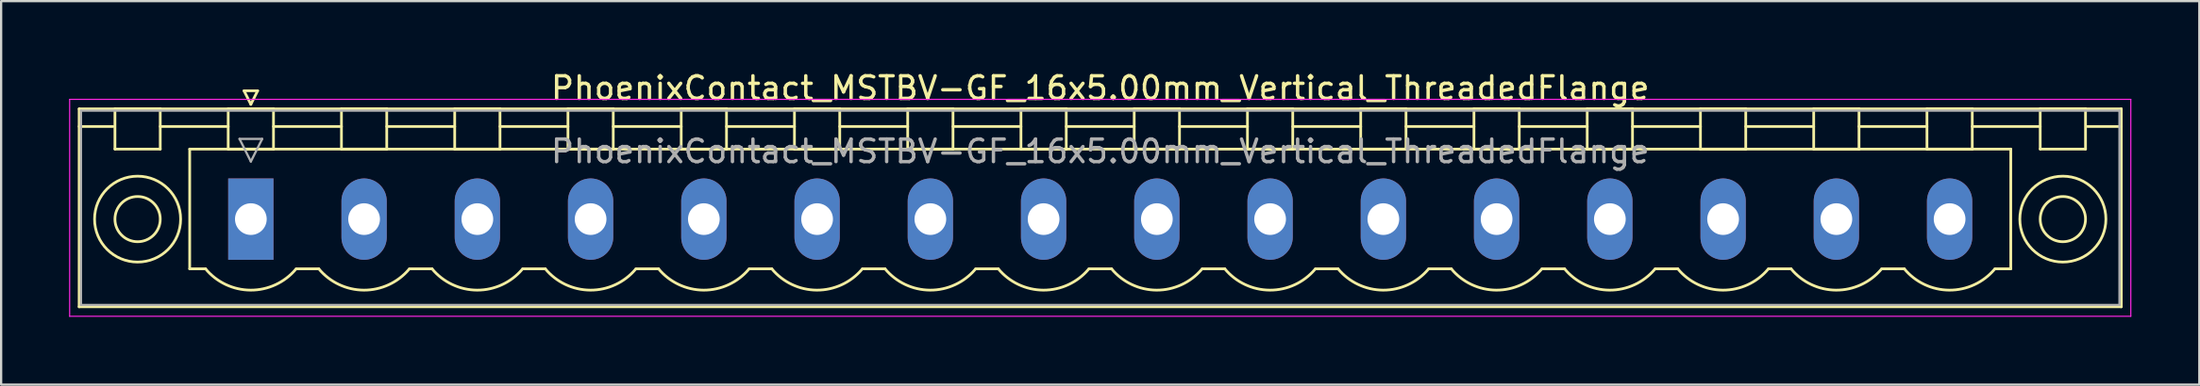
<source format=kicad_pcb>
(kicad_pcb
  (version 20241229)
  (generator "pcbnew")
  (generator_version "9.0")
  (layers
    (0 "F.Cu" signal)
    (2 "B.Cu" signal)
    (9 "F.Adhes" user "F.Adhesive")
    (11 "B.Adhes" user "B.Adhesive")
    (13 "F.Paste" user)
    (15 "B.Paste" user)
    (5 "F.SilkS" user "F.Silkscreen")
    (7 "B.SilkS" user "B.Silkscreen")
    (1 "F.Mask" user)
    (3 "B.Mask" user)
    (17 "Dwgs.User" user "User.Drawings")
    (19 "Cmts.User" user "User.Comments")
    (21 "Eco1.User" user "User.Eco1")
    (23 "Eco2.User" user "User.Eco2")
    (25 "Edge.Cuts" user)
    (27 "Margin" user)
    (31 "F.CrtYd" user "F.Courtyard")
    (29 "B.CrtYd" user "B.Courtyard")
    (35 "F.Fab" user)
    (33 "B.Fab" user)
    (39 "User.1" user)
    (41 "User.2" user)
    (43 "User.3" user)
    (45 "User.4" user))
  (footprint "PhoenixContact_MSTBV-GF_16x5.00mm_Vertical_ThreadedFlange"
    (layer "F.Cu")
    (at 8.025 6.648)
    (property "Reference" "PhoenixContact_MSTBV-GF_16x5.00mm_Vertical_ThreadedFlange" (at 37.5 -5.8 0) (layer "F.SilkS") (effects (font (size 1 1) (thickness 0.15))))
    (attr through_hole)
    (fp_line (start -7.58 -4.88) (end -7.58 3.88) (stroke (width 0.12) (type solid)) (layer "F.SilkS"))
    (fp_line (start -7.58 -4.1) (end -6.08 -4.1) (stroke (width 0.12) (type solid)) (layer "F.SilkS"))
    (fp_line (start -7.58 3.88) (end 82.58 3.88) (stroke (width 0.12) (type solid)) (layer "F.SilkS"))
    (fp_line (start -6 -4.88) (end -4 -4.88) (stroke (width 0.12) (type solid)) (layer "F.SilkS"))
    (fp_line (start -6 -3.1) (end -6 -4.88) (stroke (width 0.12) (type solid)) (layer "F.SilkS"))
    (fp_line (start -4 -4.88) (end -4 -3.1) (stroke (width 0.12) (type solid)) (layer "F.SilkS"))
    (fp_line (start -4 -4.1) (end -1 -4.1) (stroke (width 0.12) (type solid)) (layer "F.SilkS"))
    (fp_line (start -4 -3.1) (end -6 -3.1) (stroke (width 0.12) (type solid)) (layer "F.SilkS"))
    (fp_line (start -2.7 -3.1) (end 77.7 -3.1) (stroke (width 0.12) (type solid)) (layer "F.SilkS"))
    (fp_line (start -2.7 2.2) (end -2.7 -3.1) (stroke (width 0.12) (type solid)) (layer "F.SilkS"))
    (fp_line (start -2 2.2) (end -2.7 2.2) (stroke (width 0.12) (type solid)) (layer "F.SilkS"))
    (fp_line (start -1 -4.88) (end 1 -4.88) (stroke (width 0.12) (type solid)) (layer "F.SilkS"))
    (fp_line (start -1 -3.1) (end -1 -4.88) (stroke (width 0.12) (type solid)) (layer "F.SilkS"))
    (fp_line (start -0.3 -5.68) (end 0.3 -5.68) (stroke (width 0.12) (type solid)) (layer "F.SilkS"))
    (fp_line (start 0 -5.08) (end -0.3 -5.68) (stroke (width 0.12) (type solid)) (layer "F.SilkS"))
    (fp_line (start 0.3 -5.68) (end 0 -5.08) (stroke (width 0.12) (type solid)) (layer "F.SilkS"))
    (fp_line (start 1 -4.88) (end 1 -3.1) (stroke (width 0.12) (type solid)) (layer "F.SilkS"))
    (fp_line (start 1 -4.1) (end 4 -4.1) (stroke (width 0.12) (type solid)) (layer "F.SilkS"))
    (fp_line (start 1 -3.1) (end -1 -3.1) (stroke (width 0.12) (type solid)) (layer "F.SilkS"))
    (fp_line (start 2 2.2) (end 3 2.2) (stroke (width 0.12) (type solid)) (layer "F.SilkS"))
    (fp_line (start 4 -4.88) (end 6 -4.88) (stroke (width 0.12) (type solid)) (layer "F.SilkS"))
    (fp_line (start 4 -3.1) (end 4 -4.88) (stroke (width 0.12) (type solid)) (layer "F.SilkS"))
    (fp_line (start 6 -4.88) (end 6 -3.1) (stroke (width 0.12) (type solid)) (layer "F.SilkS"))
    (fp_line (start 6 -4.1) (end 9 -4.1) (stroke (width 0.12) (type solid)) (layer "F.SilkS"))
    (fp_line (start 6 -3.1) (end 4 -3.1) (stroke (width 0.12) (type solid)) (layer "F.SilkS"))
    (fp_line (start 7 2.2) (end 8 2.2) (stroke (width 0.12) (type solid)) (layer "F.SilkS"))
    (fp_line (start 9 -4.88) (end 11 -4.88) (stroke (width 0.12) (type solid)) (layer "F.SilkS"))
    (fp_line (start 9 -3.1) (end 9 -4.88) (stroke (width 0.12) (type solid)) (layer "F.SilkS"))
    (fp_line (start 11 -4.88) (end 11 -3.1) (stroke (width 0.12) (type solid)) (layer "F.SilkS"))
    (fp_line (start 11 -4.1) (end 14 -4.1) (stroke (width 0.12) (type solid)) (layer "F.SilkS"))
    (fp_line (start 11 -3.1) (end 9 -3.1) (stroke (width 0.12) (type solid)) (layer "F.SilkS"))
    (fp_line (start 12 2.2) (end 13 2.2) (stroke (width 0.12) (type solid)) (layer "F.SilkS"))
    (fp_line (start 14 -4.88) (end 16 -4.88) (stroke (width 0.12) (type solid)) (layer "F.SilkS"))
    (fp_line (start 14 -3.1) (end 14 -4.88) (stroke (width 0.12) (type solid)) (layer "F.SilkS"))
    (fp_line (start 16 -4.88) (end 16 -3.1) (stroke (width 0.12) (type solid)) (layer "F.SilkS"))
    (fp_line (start 16 -4.1) (end 19 -4.1) (stroke (width 0.12) (type solid)) (layer "F.SilkS"))
    (fp_line (start 16 -3.1) (end 14 -3.1) (stroke (width 0.12) (type solid)) (layer "F.SilkS"))
    (fp_line (start 17 2.2) (end 18 2.2) (stroke (width 0.12) (type solid)) (layer "F.SilkS"))
    (fp_line (start 19 -4.88) (end 21 -4.88) (stroke (width 0.12) (type solid)) (layer "F.SilkS"))
    (fp_line (start 19 -3.1) (end 19 -4.88) (stroke (width 0.12) (type solid)) (layer "F.SilkS"))
    (fp_line (start 21 -4.88) (end 21 -3.1) (stroke (width 0.12) (type solid)) (layer "F.SilkS"))
    (fp_line (start 21 -4.1) (end 24 -4.1) (stroke (width 0.12) (type solid)) (layer "F.SilkS"))
    (fp_line (start 21 -3.1) (end 19 -3.1) (stroke (width 0.12) (type solid)) (layer "F.SilkS"))
    (fp_line (start 22 2.2) (end 23 2.2) (stroke (width 0.12) (type solid)) (layer "F.SilkS"))
    (fp_line (start 24 -4.88) (end 26 -4.88) (stroke (width 0.12) (type solid)) (layer "F.SilkS"))
    (fp_line (start 24 -3.1) (end 24 -4.88) (stroke (width 0.12) (type solid)) (layer "F.SilkS"))
    (fp_line (start 26 -4.88) (end 26 -3.1) (stroke (width 0.12) (type solid)) (layer "F.SilkS"))
    (fp_line (start 26 -4.1) (end 29 -4.1) (stroke (width 0.12) (type solid)) (layer "F.SilkS"))
    (fp_line (start 26 -3.1) (end 24 -3.1) (stroke (width 0.12) (type solid)) (layer "F.SilkS"))
    (fp_line (start 27 2.2) (end 28 2.2) (stroke (width 0.12) (type solid)) (layer "F.SilkS"))
    (fp_line (start 29 -4.88) (end 31 -4.88) (stroke (width 0.12) (type solid)) (layer "F.SilkS"))
    (fp_line (start 29 -3.1) (end 29 -4.88) (stroke (width 0.12) (type solid)) (layer "F.SilkS"))
    (fp_line (start 31 -4.88) (end 31 -3.1) (stroke (width 0.12) (type solid)) (layer "F.SilkS"))
    (fp_line (start 31 -4.1) (end 34 -4.1) (stroke (width 0.12) (type solid)) (layer "F.SilkS"))
    (fp_line (start 31 -3.1) (end 29 -3.1) (stroke (width 0.12) (type solid)) (layer "F.SilkS"))
    (fp_line (start 32 2.2) (end 33 2.2) (stroke (width 0.12) (type solid)) (layer "F.SilkS"))
    (fp_line (start 34 -4.88) (end 36 -4.88) (stroke (width 0.12) (type solid)) (layer "F.SilkS"))
    (fp_line (start 34 -3.1) (end 34 -4.88) (stroke (width 0.12) (type solid)) (layer "F.SilkS"))
    (fp_line (start 36 -4.88) (end 36 -3.1) (stroke (width 0.12) (type solid)) (layer "F.SilkS"))
    (fp_line (start 36 -4.1) (end 39 -4.1) (stroke (width 0.12) (type solid)) (layer "F.SilkS"))
    (fp_line (start 36 -3.1) (end 34 -3.1) (stroke (width 0.12) (type solid)) (layer "F.SilkS"))
    (fp_line (start 37 2.2) (end 38 2.2) (stroke (width 0.12) (type solid)) (layer "F.SilkS"))
    (fp_line (start 39 -4.88) (end 41 -4.88) (stroke (width 0.12) (type solid)) (layer "F.SilkS"))
    (fp_line (start 39 -3.1) (end 39 -4.88) (stroke (width 0.12) (type solid)) (layer "F.SilkS"))
    (fp_line (start 41 -4.88) (end 41 -3.1) (stroke (width 0.12) (type solid)) (layer "F.SilkS"))
    (fp_line (start 41 -4.1) (end 44 -4.1) (stroke (width 0.12) (type solid)) (layer "F.SilkS"))
    (fp_line (start 41 -3.1) (end 39 -3.1) (stroke (width 0.12) (type solid)) (layer "F.SilkS"))
    (fp_line (start 42 2.2) (end 43 2.2) (stroke (width 0.12) (type solid)) (layer "F.SilkS"))
    (fp_line (start 44 -4.88) (end 46 -4.88) (stroke (width 0.12) (type solid)) (layer "F.SilkS"))
    (fp_line (start 44 -3.1) (end 44 -4.88) (stroke (width 0.12) (type solid)) (layer "F.SilkS"))
    (fp_line (start 46 -4.88) (end 46 -3.1) (stroke (width 0.12) (type solid)) (layer "F.SilkS"))
    (fp_line (start 46 -4.1) (end 49 -4.1) (stroke (width 0.12) (type solid)) (layer "F.SilkS"))
    (fp_line (start 46 -3.1) (end 44 -3.1) (stroke (width 0.12) (type solid)) (layer "F.SilkS"))
    (fp_line (start 47 2.2) (end 48 2.2) (stroke (width 0.12) (type solid)) (layer "F.SilkS"))
    (fp_line (start 49 -4.88) (end 51 -4.88) (stroke (width 0.12) (type solid)) (layer "F.SilkS"))
    (fp_line (start 49 -3.1) (end 49 -4.88) (stroke (width 0.12) (type solid)) (layer "F.SilkS"))
    (fp_line (start 51 -4.88) (end 51 -3.1) (stroke (width 0.12) (type solid)) (layer "F.SilkS"))
    (fp_line (start 51 -4.1) (end 54 -4.1) (stroke (width 0.12) (type solid)) (layer "F.SilkS"))
    (fp_line (start 51 -3.1) (end 49 -3.1) (stroke (width 0.12) (type solid)) (layer "F.SilkS"))
    (fp_line (start 52 2.2) (end 53 2.2) (stroke (width 0.12) (type solid)) (layer "F.SilkS"))
    (fp_line (start 54 -4.88) (end 56 -4.88) (stroke (width 0.12) (type solid)) (layer "F.SilkS"))
    (fp_line (start 54 -3.1) (end 54 -4.88) (stroke (width 0.12) (type solid)) (layer "F.SilkS"))
    (fp_line (start 56 -4.88) (end 56 -3.1) (stroke (width 0.12) (type solid)) (layer "F.SilkS"))
    (fp_line (start 56 -4.1) (end 59 -4.1) (stroke (width 0.12) (type solid)) (layer "F.SilkS"))
    (fp_line (start 56 -3.1) (end 54 -3.1) (stroke (width 0.12) (type solid)) (layer "F.SilkS"))
    (fp_line (start 57 2.2) (end 58 2.2) (stroke (width 0.12) (type solid)) (layer "F.SilkS"))
    (fp_line (start 59 -4.88) (end 61 -4.88) (stroke (width 0.12) (type solid)) (layer "F.SilkS"))
    (fp_line (start 59 -3.1) (end 59 -4.88) (stroke (width 0.12) (type solid)) (layer "F.SilkS"))
    (fp_line (start 61 -4.88) (end 61 -3.1) (stroke (width 0.12) (type solid)) (layer "F.SilkS"))
    (fp_line (start 61 -4.1) (end 64 -4.1) (stroke (width 0.12) (type solid)) (layer "F.SilkS"))
    (fp_line (start 61 -3.1) (end 59 -3.1) (stroke (width 0.12) (type solid)) (layer "F.SilkS"))
    (fp_line (start 62 2.2) (end 63 2.2) (stroke (width 0.12) (type solid)) (layer "F.SilkS"))
    (fp_line (start 64 -4.88) (end 66 -4.88) (stroke (width 0.12) (type solid)) (layer "F.SilkS"))
    (fp_line (start 64 -3.1) (end 64 -4.88) (stroke (width 0.12) (type solid)) (layer "F.SilkS"))
    (fp_line (start 66 -4.88) (end 66 -3.1) (stroke (width 0.12) (type solid)) (layer "F.SilkS"))
    (fp_line (start 66 -4.1) (end 69 -4.1) (stroke (width 0.12) (type solid)) (layer "F.SilkS"))
    (fp_line (start 66 -3.1) (end 64 -3.1) (stroke (width 0.12) (type solid)) (layer "F.SilkS"))
    (fp_line (start 67 2.2) (end 68 2.2) (stroke (width 0.12) (type solid)) (layer "F.SilkS"))
    (fp_line (start 69 -4.88) (end 71 -4.88) (stroke (width 0.12) (type solid)) (layer "F.SilkS"))
    (fp_line (start 69 -3.1) (end 69 -4.88) (stroke (width 0.12) (type solid)) (layer "F.SilkS"))
    (fp_line (start 71 -4.88) (end 71 -3.1) (stroke (width 0.12) (type solid)) (layer "F.SilkS"))
    (fp_line (start 71 -4.1) (end 74 -4.1) (stroke (width 0.12) (type solid)) (layer "F.SilkS"))
    (fp_line (start 71 -3.1) (end 69 -3.1) (stroke (width 0.12) (type solid)) (layer "F.SilkS"))
    (fp_line (start 72 2.2) (end 73 2.2) (stroke (width 0.12) (type solid)) (layer "F.SilkS"))
    (fp_line (start 74 -4.88) (end 76 -4.88) (stroke (width 0.12) (type solid)) (layer "F.SilkS"))
    (fp_line (start 74 -3.1) (end 74 -4.88) (stroke (width 0.12) (type solid)) (layer "F.SilkS"))
    (fp_line (start 76 -4.88) (end 76 -3.1) (stroke (width 0.12) (type solid)) (layer "F.SilkS"))
    (fp_line (start 76 -4.1) (end 79 -4.1) (stroke (width 0.12) (type solid)) (layer "F.SilkS"))
    (fp_line (start 76 -3.1) (end 74 -3.1) (stroke (width 0.12) (type solid)) (layer "F.SilkS"))
    (fp_line (start 77.7 -3.1) (end 77.7 2.2) (stroke (width 0.12) (type solid)) (layer "F.SilkS"))
    (fp_line (start 77.7 2.2) (end 77 2.2) (stroke (width 0.12) (type solid)) (layer "F.SilkS"))
    (fp_line (start 79 -4.88) (end 81 -4.88) (stroke (width 0.12) (type solid)) (layer "F.SilkS"))
    (fp_line (start 79 -3.1) (end 79 -4.88) (stroke (width 0.12) (type solid)) (layer "F.SilkS"))
    (fp_line (start 81 -4.88) (end 81 -3.1) (stroke (width 0.12) (type solid)) (layer "F.SilkS"))
    (fp_line (start 81 -3.1) (end 79 -3.1) (stroke (width 0.12) (type solid)) (layer "F.SilkS"))
    (fp_line (start 82.58 -4.88) (end -7.58 -4.88) (stroke (width 0.12) (type solid)) (layer "F.SilkS"))
    (fp_line (start 82.58 -4.1) (end 81.08 -4.1) (stroke (width 0.12) (type solid)) (layer "F.SilkS"))
    (fp_line (start 82.58 3.88) (end 82.58 -4.88) (stroke (width 0.12) (type solid)) (layer "F.SilkS"))
    (fp_arc (start 1.986842 2.215821) (mid -0.010289 3.142758) (end -2 2.2) (stroke (width 0.12) (type solid)) (layer "F.SilkS"))
    (fp_arc (start 6.986842 2.215821) (mid 4.989711 3.142758) (end 3 2.2) (stroke (width 0.12) (type solid)) (layer "F.SilkS"))
    (fp_arc (start 11.986842 2.215821) (mid 9.989711 3.142758) (end 8 2.2) (stroke (width 0.12) (type solid)) (layer "F.SilkS"))
    (fp_arc (start 16.986842 2.215821) (mid 14.989711 3.142758) (end 13 2.2) (stroke (width 0.12) (type solid)) (layer "F.SilkS"))
    (fp_arc (start 21.986842 2.215821) (mid 19.989711 3.142758) (end 18 2.2) (stroke (width 0.12) (type solid)) (layer "F.SilkS"))
    (fp_arc (start 26.986842 2.215821) (mid 24.989711 3.142758) (end 23 2.2) (stroke (width 0.12) (type solid)) (layer "F.SilkS"))
    (fp_arc (start 31.986842 2.215821) (mid 29.989711 3.142758) (end 28 2.2) (stroke (width 0.12) (type solid)) (layer "F.SilkS"))
    (fp_arc (start 36.986842 2.215821) (mid 34.989711 3.142758) (end 33 2.2) (stroke (width 0.12) (type solid)) (layer "F.SilkS"))
    (fp_arc (start 41.986842 2.215821) (mid 39.989711 3.142758) (end 38 2.2) (stroke (width 0.12) (type solid)) (layer "F.SilkS"))
    (fp_arc (start 46.986842 2.215821) (mid 44.989711 3.142758) (end 43 2.2) (stroke (width 0.12) (type solid)) (layer "F.SilkS"))
    (fp_arc (start 51.986842 2.215821) (mid 49.989711 3.142758) (end 48 2.2) (stroke (width 0.12) (type solid)) (layer "F.SilkS"))
    (fp_arc (start 56.986842 2.215821) (mid 54.989711 3.142758) (end 53 2.2) (stroke (width 0.12) (type solid)) (layer "F.SilkS"))
    (fp_arc (start 61.986842 2.215821) (mid 59.989711 3.142758) (end 58 2.2) (stroke (width 0.12) (type solid)) (layer "F.SilkS"))
    (fp_arc (start 66.986842 2.215821) (mid 64.989711 3.142758) (end 63 2.2) (stroke (width 0.12) (type solid)) (layer "F.SilkS"))
    (fp_arc (start 71.986842 2.215821) (mid 69.989711 3.142758) (end 68 2.2) (stroke (width 0.12) (type solid)) (layer "F.SilkS"))
    (fp_arc (start 76.986842 2.215821) (mid 74.989711 3.142758) (end 73 2.2) (stroke (width 0.12) (type solid)) (layer "F.SilkS"))
    (fp_circle (center -5 0) (end -4 0) (stroke (width 0.12) (type solid)) (fill no) (layer "F.SilkS"))
    (fp_circle (center -5 0) (end -3.1 0) (stroke (width 0.12) (type solid)) (fill no) (layer "F.SilkS"))
    (fp_circle (center 80 0) (end 81 0) (stroke (width 0.12) (type solid)) (fill no) (layer "F.SilkS"))
    (fp_circle (center 80 0) (end 81.9 0) (stroke (width 0.12) (type solid)) (fill no) (layer "F.SilkS"))
    (fp_line (start -8 -5.3) (end -8 4.3) (stroke (width 0.05) (type solid)) (layer "F.CrtYd"))
    (fp_line (start -8 4.3) (end 83 4.3) (stroke (width 0.05) (type solid)) (layer "F.CrtYd"))
    (fp_line (start 83 -5.3) (end -8 -5.3) (stroke (width 0.05) (type solid)) (layer "F.CrtYd"))
    (fp_line (start 83 4.3) (end 83 -5.3) (stroke (width 0.05) (type solid)) (layer "F.CrtYd"))
    (fp_line (start -7.5 -4.8) (end -7.5 3.8) (stroke (width 0.1) (type solid)) (layer "F.Fab"))
    (fp_line (start -7.5 3.8) (end 82.5 3.8) (stroke (width 0.1) (type solid)) (layer "F.Fab"))
    (fp_line (start -0.5 -3.55) (end 0.5 -3.55) (stroke (width 0.1) (type solid)) (layer "F.Fab"))
    (fp_line (start 0 -2.55) (end -0.5 -3.55) (stroke (width 0.1) (type solid)) (layer "F.Fab"))
    (fp_line (start 0.5 -3.55) (end 0 -2.55) (stroke (width 0.1) (type solid)) (layer "F.Fab"))
    (fp_line (start 82.5 -4.8) (end -7.5 -4.8) (stroke (width 0.1) (type solid)) (layer "F.Fab"))
    (fp_line (start 82.5 3.8) (end 82.5 -4.8) (stroke (width 0.1) (type solid)) (layer "F.Fab"))
    (fp_text user "${REFERENCE}" (at 37.5 -3 0) (layer "F.Fab") (effects (font (size 1 1) (thickness 0.15))))
    (pad "1" thru_hole rect (at 0 0) (size 2 3.6) (drill 1.4) (layers "*.Cu" "*.Mask"))
    (pad "2" thru_hole oval (at 5 0) (size 2 3.6) (drill 1.4) (layers "*.Cu" "*.Mask"))
    (pad "3" thru_hole oval (at 10 0) (size 2 3.6) (drill 1.4) (layers "*.Cu" "*.Mask"))
    (pad "4" thru_hole oval (at 15 0) (size 2 3.6) (drill 1.4) (layers "*.Cu" "*.Mask"))
    (pad "5" thru_hole oval (at 20 0) (size 2 3.6) (drill 1.4) (layers "*.Cu" "*.Mask"))
    (pad "6" thru_hole oval (at 25 0) (size 2 3.6) (drill 1.4) (layers "*.Cu" "*.Mask"))
    (pad "7" thru_hole oval (at 30 0) (size 2 3.6) (drill 1.4) (layers "*.Cu" "*.Mask"))
    (pad "8" thru_hole oval (at 35 0) (size 2 3.6) (drill 1.4) (layers "*.Cu" "*.Mask"))
    (pad "9" thru_hole oval (at 40 0) (size 2 3.6) (drill 1.4) (layers "*.Cu" "*.Mask"))
    (pad "10" thru_hole oval (at 45 0) (size 2 3.6) (drill 1.4) (layers "*.Cu" "*.Mask"))
    (pad "11" thru_hole oval (at 50 0) (size 2 3.6) (drill 1.4) (layers "*.Cu" "*.Mask"))
    (pad "12" thru_hole oval (at 55 0) (size 2 3.6) (drill 1.4) (layers "*.Cu" "*.Mask"))
    (pad "13" thru_hole oval (at 60 0) (size 2 3.6) (drill 1.4) (layers "*.Cu" "*.Mask"))
    (pad "14" thru_hole oval (at 65 0) (size 2 3.6) (drill 1.4) (layers "*.Cu" "*.Mask"))
    (pad "15" thru_hole oval (at 70 0) (size 2 3.6) (drill 1.4) (layers "*.Cu" "*.Mask"))
    (pad "16" thru_hole oval (at 75 0) (size 2 3.6) (drill 1.4) (layers "*.Cu" "*.Mask")))
  (gr_rect
    (start -3 -3)
    (end 94.05 13.973)
    (stroke (width 0.1) (type default))
    (fill no)
    (layer "Edge.Cuts")))
</source>
